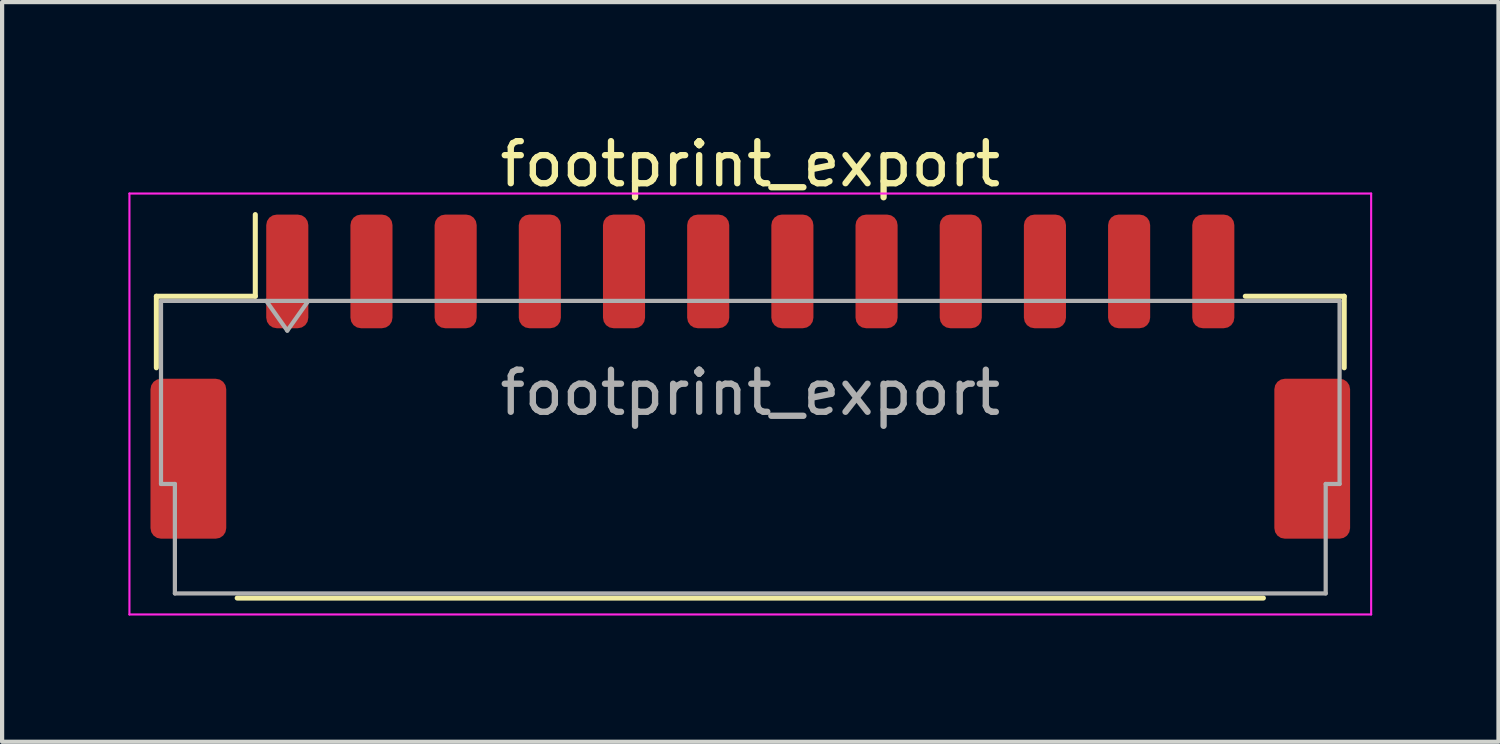
<source format=kicad_pcb>
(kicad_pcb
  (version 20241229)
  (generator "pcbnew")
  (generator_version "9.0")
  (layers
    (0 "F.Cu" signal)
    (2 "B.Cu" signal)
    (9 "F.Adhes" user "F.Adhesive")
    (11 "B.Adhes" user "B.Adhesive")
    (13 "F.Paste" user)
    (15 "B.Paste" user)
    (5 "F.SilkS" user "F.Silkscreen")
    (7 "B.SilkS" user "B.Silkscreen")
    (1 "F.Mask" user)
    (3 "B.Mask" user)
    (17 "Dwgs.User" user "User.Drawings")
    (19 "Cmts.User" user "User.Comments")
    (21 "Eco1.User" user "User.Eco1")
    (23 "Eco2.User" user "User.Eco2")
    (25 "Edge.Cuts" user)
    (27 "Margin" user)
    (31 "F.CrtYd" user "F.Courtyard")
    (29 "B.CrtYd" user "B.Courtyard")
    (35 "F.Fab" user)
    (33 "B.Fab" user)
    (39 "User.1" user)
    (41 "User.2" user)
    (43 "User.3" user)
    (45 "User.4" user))
  (footprint "footprint_export"
    (layer "F.Cu")
    (at 14.775 5.898)
    (property "Reference" "footprint_export" (at 0 -5.05 0) (layer "F.SilkS") (effects (font (size 1 1) (thickness 0.15))))
    (attr smd)
    (fp_line (start -14.11 -1.91) (end -11.76 -1.91) (stroke (width 0.12) (type solid)) (layer "F.SilkS"))
    (fp_line (start -14.11 -0.21) (end -14.11 -1.91) (stroke (width 0.12) (type solid)) (layer "F.SilkS"))
    (fp_line (start -12.19 5.26) (end 12.19 5.26) (stroke (width 0.12) (type solid)) (layer "F.SilkS"))
    (fp_line (start -11.76 -1.91) (end -11.76 -3.85) (stroke (width 0.12) (type solid)) (layer "F.SilkS"))
    (fp_line (start 14.11 -1.91) (end 11.76 -1.91) (stroke (width 0.12) (type solid)) (layer "F.SilkS"))
    (fp_line (start 14.11 -0.21) (end 14.11 -1.91) (stroke (width 0.12) (type solid)) (layer "F.SilkS"))
    (fp_line (start -14.75 -4.35) (end -14.75 5.65) (stroke (width 0.05) (type solid)) (layer "F.CrtYd"))
    (fp_line (start -14.75 5.65) (end 14.75 5.65) (stroke (width 0.05) (type solid)) (layer "F.CrtYd"))
    (fp_line (start 14.75 -4.35) (end -14.75 -4.35) (stroke (width 0.05) (type solid)) (layer "F.CrtYd"))
    (fp_line (start 14.75 5.65) (end 14.75 -4.35) (stroke (width 0.05) (type solid)) (layer "F.CrtYd"))
    (fp_line (start -14 -1.8) (end -14 2.55) (stroke (width 0.1) (type solid)) (layer "F.Fab"))
    (fp_line (start -14 -1.8) (end 14 -1.8) (stroke (width 0.1) (type solid)) (layer "F.Fab"))
    (fp_line (start -14 2.55) (end -13.67 2.55) (stroke (width 0.1) (type solid)) (layer "F.Fab"))
    (fp_line (start -13.67 2.55) (end -13.67 5.15) (stroke (width 0.1) (type solid)) (layer "F.Fab"))
    (fp_line (start -13.67 5.15) (end 13.67 5.15) (stroke (width 0.1) (type solid)) (layer "F.Fab"))
    (fp_line (start -11.5 -1.8) (end -11 -1.093) (stroke (width 0.1) (type solid)) (layer "F.Fab"))
    (fp_line (start -11 -1.093) (end -10.5 -1.8) (stroke (width 0.1) (type solid)) (layer "F.Fab"))
    (fp_line (start 13.67 2.55) (end 14 2.55) (stroke (width 0.1) (type solid)) (layer "F.Fab"))
    (fp_line (start 13.67 5.15) (end 13.67 2.55) (stroke (width 0.1) (type solid)) (layer "F.Fab"))
    (fp_line (start 14 -1.8) (end 14 2.55) (stroke (width 0.1) (type solid)) (layer "F.Fab"))
    (fp_text user "${REFERENCE}" (at 0 0.38 0) (layer "F.Fab") (effects (font (size 1 1) (thickness 0.15))))
    (pad "1" smd roundrect (at -11 -2.5) (size 1 2.7) (layers "F.Cu" "F.Mask" "F.Paste") (roundrect_rratio 0.25))
    (pad "2" smd roundrect (at -9 -2.5) (size 1 2.7) (layers "F.Cu" "F.Mask" "F.Paste") (roundrect_rratio 0.25))
    (pad "3" smd roundrect (at -7 -2.5) (size 1 2.7) (layers "F.Cu" "F.Mask" "F.Paste") (roundrect_rratio 0.25))
    (pad "4" smd roundrect (at -5 -2.5) (size 1 2.7) (layers "F.Cu" "F.Mask" "F.Paste") (roundrect_rratio 0.25))
    (pad "5" smd roundrect (at -3 -2.5) (size 1 2.7) (layers "F.Cu" "F.Mask" "F.Paste") (roundrect_rratio 0.25))
    (pad "6" smd roundrect (at -1 -2.5) (size 1 2.7) (layers "F.Cu" "F.Mask" "F.Paste") (roundrect_rratio 0.25))
    (pad "7" smd roundrect (at 1 -2.5) (size 1 2.7) (layers "F.Cu" "F.Mask" "F.Paste") (roundrect_rratio 0.25))
    (pad "8" smd roundrect (at 3 -2.5) (size 1 2.7) (layers "F.Cu" "F.Mask" "F.Paste") (roundrect_rratio 0.25))
    (pad "9" smd roundrect (at 5 -2.5) (size 1 2.7) (layers "F.Cu" "F.Mask" "F.Paste") (roundrect_rratio 0.25))
    (pad "10" smd roundrect (at 7 -2.5) (size 1 2.7) (layers "F.Cu" "F.Mask" "F.Paste") (roundrect_rratio 0.25))
    (pad "11" smd roundrect (at 9 -2.5) (size 1 2.7) (layers "F.Cu" "F.Mask" "F.Paste") (roundrect_rratio 0.25))
    (pad "12" smd roundrect (at 11 -2.5) (size 1 2.7) (layers "F.Cu" "F.Mask" "F.Paste") (roundrect_rratio 0.25))
    (pad "MP" smd roundrect (at -13.35 1.95) (size 1.8 3.8) (layers "F.Cu" "F.Mask" "F.Paste") (roundrect_rratio 0.139))
    (pad "MP" smd roundrect (at 13.35 1.95) (size 1.8 3.8) (layers "F.Cu" "F.Mask" "F.Paste") (roundrect_rratio 0.139)))
  (gr_rect
    (start -3 -3)
    (end 32.55 14.573)
    (stroke (width 0.1) (type default))
    (fill no)
    (layer "Edge.Cuts")))
</source>
